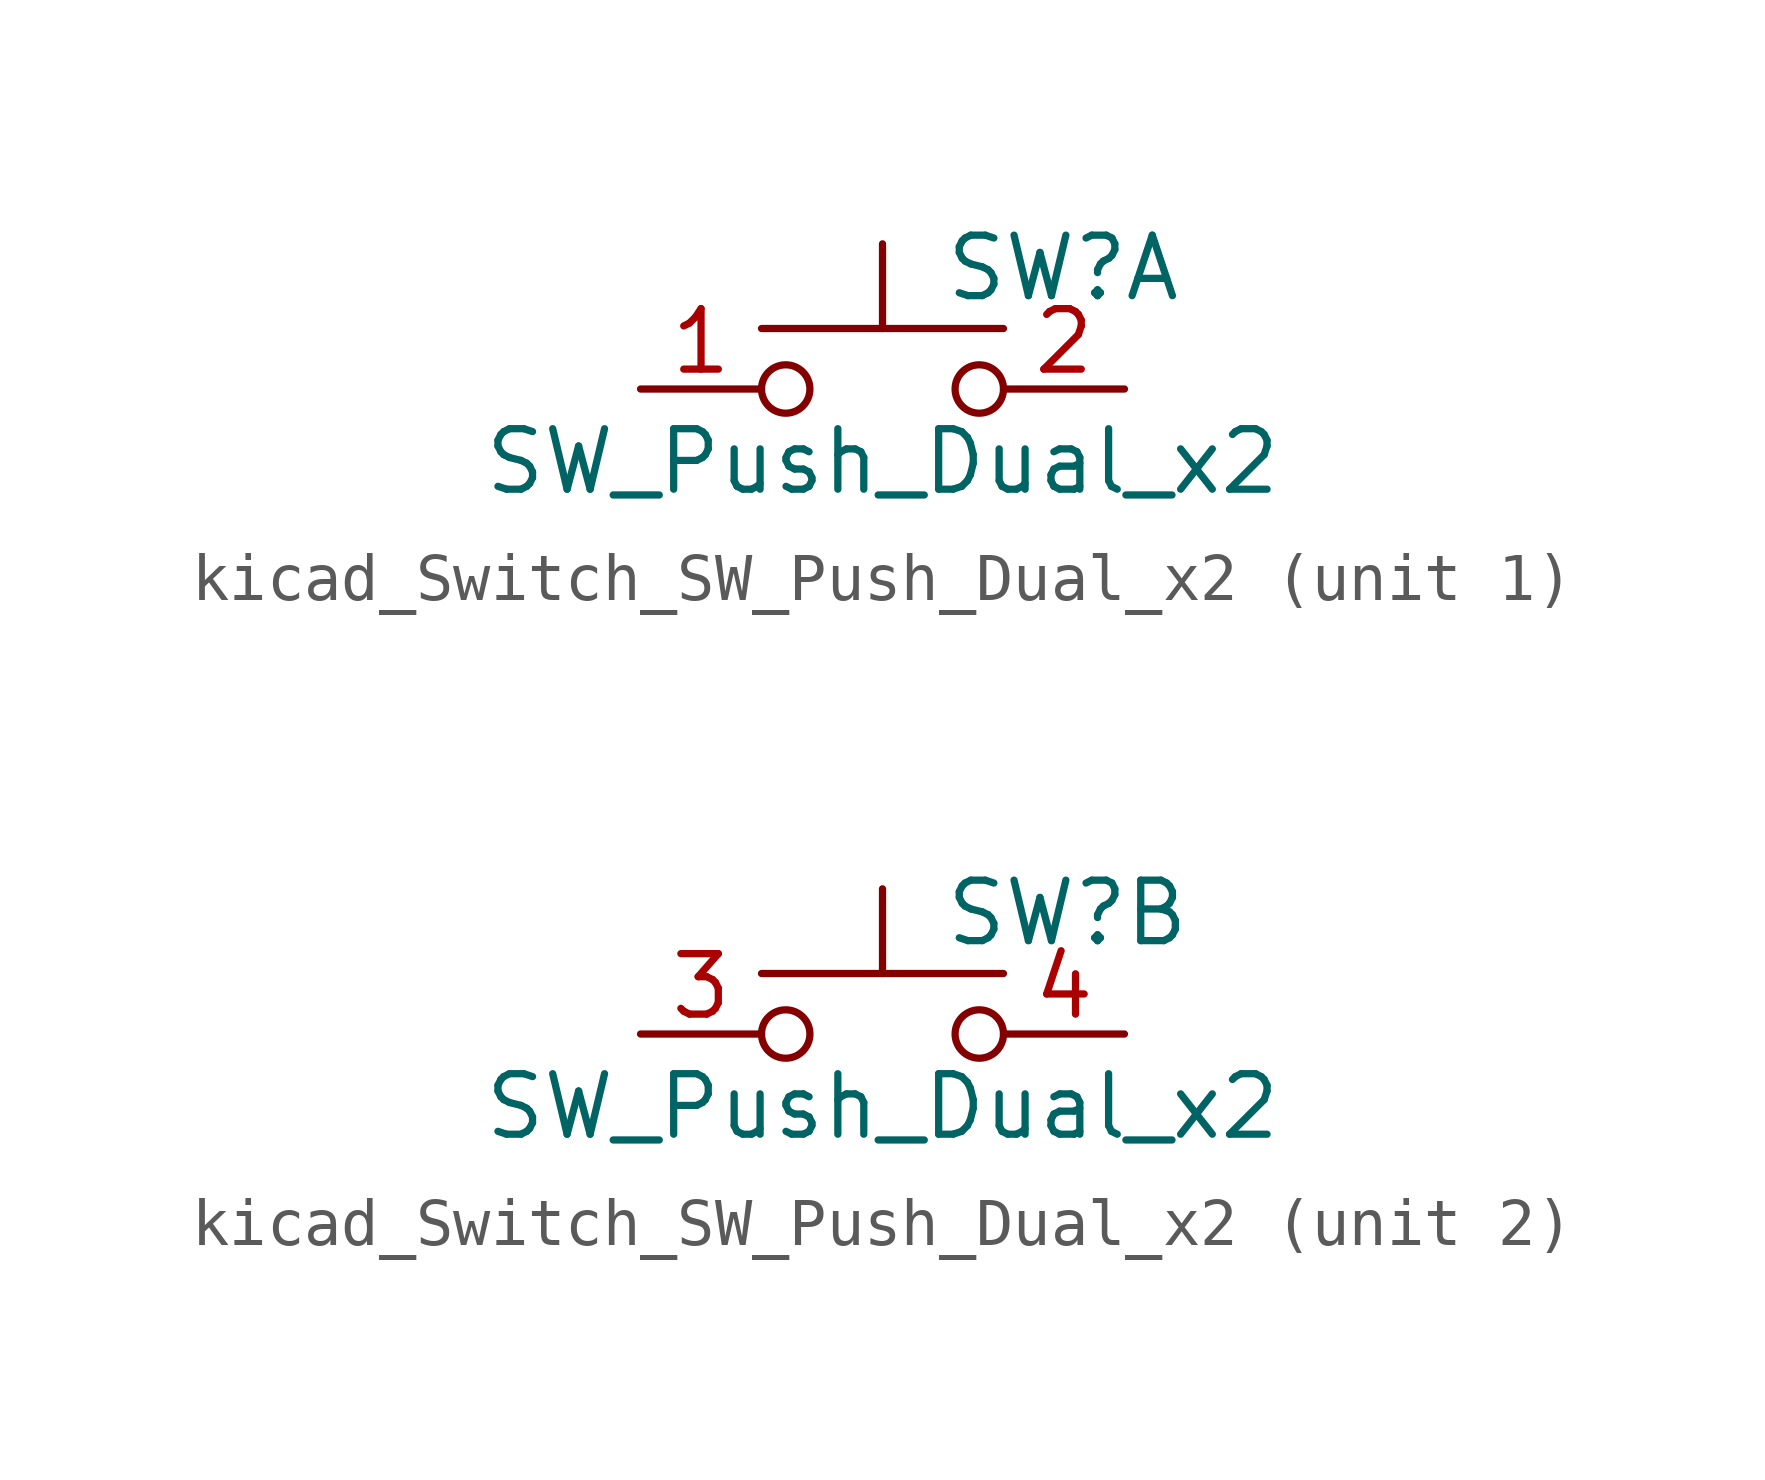
<source format=kicad_sym>
(kicad_symbol_lib
  (version 20220914)
  (generator kicad_symbol_editor)
  (symbol "kicad_Switch_SW_Push_Dual_x2"
    (pin_names
      (offset 1.016) hide)
    (property "Reference" "SW"
      (at 1.27 2.54 0)
      (effects (font (size 1.27 1.27)) (justify left)))
    (property "Value" "SW_Push_Dual_x2"
      (at 0 -1.524 0)
      (effects (font (size 1.27 1.27))))
    (symbol "kicad_Switch_SW_Push_Dual_x2_0_1"
      (circle (center -2.032 0) (radius 0.508) (stroke (width 0) (type default)) (fill (type none)))
      (polyline (pts (xy 0 1.27) (xy 0 3.048)) (stroke (width 0) (type default)) (fill (type none)))
      (polyline (pts (xy 2.54 1.27) (xy -2.54 1.27)) (stroke (width 0) (type default)) (fill (type none)))
      (circle (center 2.032 0) (radius 0.508) (stroke (width 0) (type default)) (fill (type none))))
    (symbol "kicad_Switch_SW_Push_Dual_x2_1_1"
      (pin passive line (at -5.08 0 0) (length 2.54) (name "C" (effects (font (size 1.27 1.27)))) (number "1" (effects (font (size 1.27 1.27)))))
      (pin passive line (at 5.08 0 180) (length 2.54) (name "D" (effects (font (size 1.27 1.27)))) (number "2" (effects (font (size 1.27 1.27))))))
    (symbol "kicad_Switch_SW_Push_Dual_x2_2_1"
      (pin passive line (at -5.08 0 0) (length 2.54) (name "C" (effects (font (size 1.27 1.27)))) (number "3" (effects (font (size 1.27 1.27)))))
      (pin passive line (at 5.08 0 180) (length 2.54) (name "D" (effects (font (size 1.27 1.27)))) (number "4" (effects (font (size 1.27 1.27))))))))
</source>
